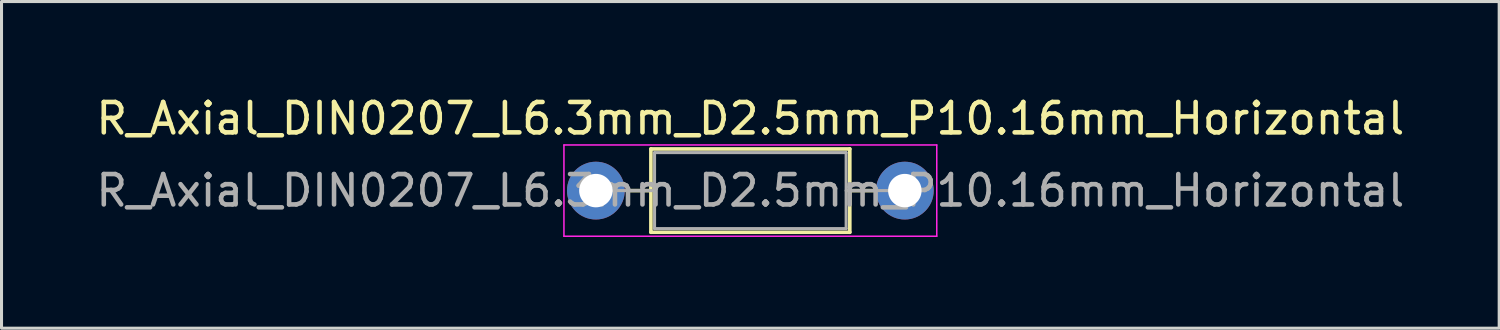
<source format=kicad_pcb>
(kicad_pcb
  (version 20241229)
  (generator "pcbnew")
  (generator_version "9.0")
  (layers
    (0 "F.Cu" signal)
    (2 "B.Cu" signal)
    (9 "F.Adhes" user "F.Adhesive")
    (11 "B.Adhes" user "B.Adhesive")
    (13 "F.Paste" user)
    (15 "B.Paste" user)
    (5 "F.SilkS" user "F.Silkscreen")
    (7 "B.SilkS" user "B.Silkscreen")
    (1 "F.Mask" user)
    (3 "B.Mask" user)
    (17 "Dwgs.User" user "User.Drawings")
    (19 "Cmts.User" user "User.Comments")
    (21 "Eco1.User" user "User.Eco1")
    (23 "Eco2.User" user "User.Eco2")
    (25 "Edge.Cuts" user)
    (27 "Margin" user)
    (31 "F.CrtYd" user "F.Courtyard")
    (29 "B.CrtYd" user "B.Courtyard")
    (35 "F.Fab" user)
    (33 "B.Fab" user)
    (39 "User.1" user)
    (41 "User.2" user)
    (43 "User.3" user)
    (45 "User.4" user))
  (footprint "R_Axial_DIN0207_L6.3mm_D2.5mm_P10.16mm_Horizontal"
    (layer "F.Cu")
    (at 16.545 3.218)
    (property "Reference" "R_Axial_DIN0207_L6.3mm_D2.5mm_P10.16mm_Horizontal" (at 5.08 -2.37 180) (layer "F.SilkS") (effects (font (size 1 1) (thickness 0.15))))
    (attr through_hole)
    (fp_line (start 1.04 0) (end 1.81 0) (stroke (width 0.12) (type solid)) (layer "F.SilkS"))
    (fp_line (start 1.81 -1.37) (end 1.81 1.37) (stroke (width 0.12) (type solid)) (layer "F.SilkS"))
    (fp_line (start 1.81 1.37) (end 8.35 1.37) (stroke (width 0.12) (type solid)) (layer "F.SilkS"))
    (fp_line (start 8.35 -1.37) (end 1.81 -1.37) (stroke (width 0.12) (type solid)) (layer "F.SilkS"))
    (fp_line (start 8.35 1.37) (end 8.35 -1.37) (stroke (width 0.12) (type solid)) (layer "F.SilkS"))
    (fp_line (start 9.12 0) (end 8.35 0) (stroke (width 0.12) (type solid)) (layer "F.SilkS"))
    (fp_line (start -1.05 -1.5) (end -1.05 1.5) (stroke (width 0.05) (type solid)) (layer "F.CrtYd"))
    (fp_line (start -1.05 1.5) (end 11.21 1.5) (stroke (width 0.05) (type solid)) (layer "F.CrtYd"))
    (fp_line (start 11.21 -1.5) (end -1.05 -1.5) (stroke (width 0.05) (type solid)) (layer "F.CrtYd"))
    (fp_line (start 11.21 1.5) (end 11.21 -1.5) (stroke (width 0.05) (type solid)) (layer "F.CrtYd"))
    (fp_line (start 0 0) (end 1.93 0) (stroke (width 0.1) (type solid)) (layer "F.Fab"))
    (fp_line (start 1.93 -1.25) (end 1.93 1.25) (stroke (width 0.1) (type solid)) (layer "F.Fab"))
    (fp_line (start 1.93 1.25) (end 8.23 1.25) (stroke (width 0.1) (type solid)) (layer "F.Fab"))
    (fp_line (start 8.23 -1.25) (end 1.93 -1.25) (stroke (width 0.1) (type solid)) (layer "F.Fab"))
    (fp_line (start 8.23 1.25) (end 8.23 -1.25) (stroke (width 0.1) (type solid)) (layer "F.Fab"))
    (fp_line (start 10.16 0) (end 8.23 0) (stroke (width 0.1) (type solid)) (layer "F.Fab"))
    (fp_text user "${REFERENCE}" (at 5.08 0 180) (layer "F.Fab") (effects (font (size 1 1) (thickness 0.15))))
    (pad "1" thru_hole circle (at 0 0) (size 1.9 1.9) (drill 1.1) (layers "*.Cu" "*.Mask"))
    (pad "2" thru_hole oval (at 10.16 0) (size 1.9 1.9) (drill 1.1) (layers "*.Cu" "*.Mask")))
  (gr_rect
    (start -3 -3)
    (end 46.25 7.743)
    (stroke (width 0.1) (type default))
    (fill no)
    (layer "Edge.Cuts")))
</source>
